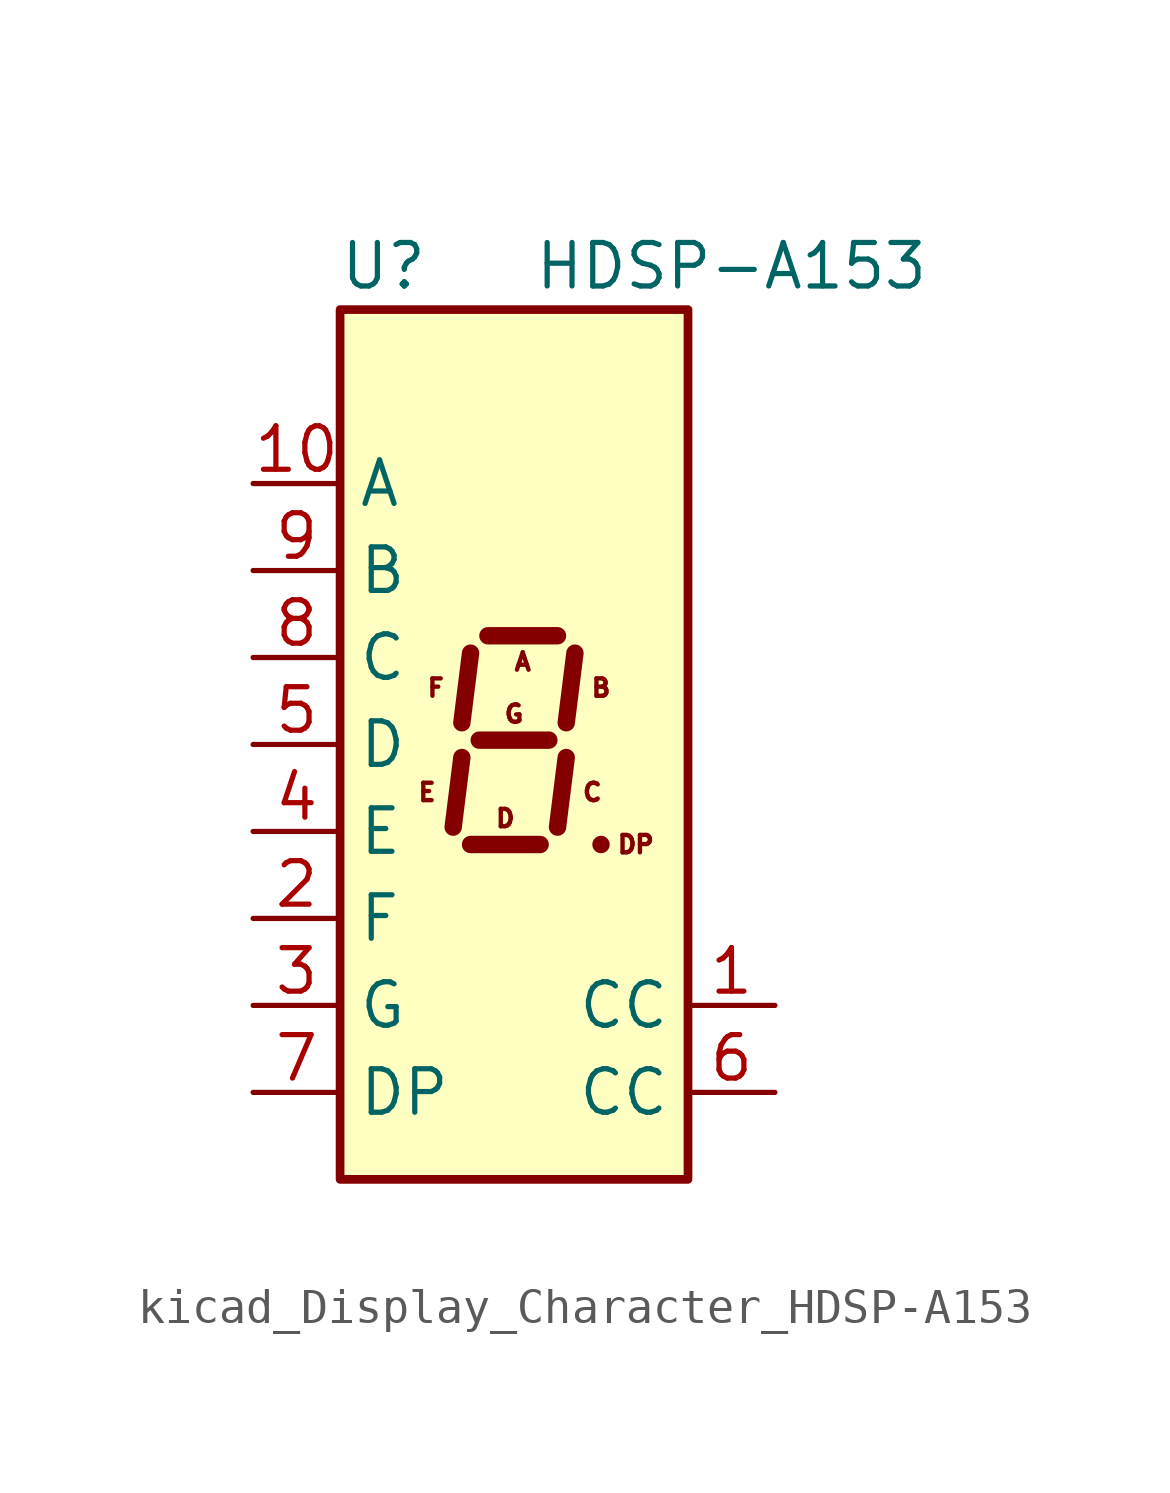
<source format=kicad_sym>
(kicad_symbol_lib
  (version 20220914)
  (generator kicad_symbol_editor)
  (symbol "kicad_Display_Character_HDSP-A153"
    (property "Reference" "U"
      (at -3.81 13.97 0)
      (effects (font (size 1.27 1.27))))
    (property "Value" "HDSP-A153"
      (at 6.35 13.97 0)
      (effects (font (size 1.27 1.27))))
    (symbol "kicad_Display_Character_HDSP-A153_1_0"
      (text "A" (at 0.254 2.413 0) (effects (font (size 0.508 0.508))))
      (text "B" (at 2.54 1.651 0) (effects (font (size 0.508 0.508))))
      (text "C" (at 2.286 -1.397 0) (effects (font (size 0.508 0.508))))
      (text "D" (at -0.254 -2.159 0) (effects (font (size 0.508 0.508))))
      (text "DP" (at 3.556 -2.921 0) (effects (font (size 0.508 0.508))))
      (text "E" (at -2.54 -1.397 0) (effects (font (size 0.508 0.508))))
      (text "F" (at -2.286 1.651 0) (effects (font (size 0.508 0.508))))
      (text "G" (at 0 0.889 0) (effects (font (size 0.508 0.508)))))
    (symbol "kicad_Display_Character_HDSP-A153_1_1"
      (rectangle (start -5.08 12.7) (end 5.08 -12.7) (stroke (width 0.254) (type default)) (fill (type background)))
      (polyline (pts (xy -1.524 -0.381) (xy -1.778 -2.413)) (stroke (width 0.508) (type default)) (fill (type none)))
      (polyline (pts (xy -1.27 -2.921) (xy 0.762 -2.921)) (stroke (width 0.508) (type default)) (fill (type none)))
      (polyline (pts (xy -1.27 2.667) (xy -1.524 0.635)) (stroke (width 0.508) (type default)) (fill (type none)))
      (polyline (pts (xy -1.016 0.127) (xy 1.016 0.127)) (stroke (width 0.508) (type default)) (fill (type none)))
      (polyline (pts (xy -0.762 3.175) (xy 1.27 3.175)) (stroke (width 0.508) (type default)) (fill (type none)))
      (polyline (pts (xy 1.524 -0.381) (xy 1.27 -2.413)) (stroke (width 0.508) (type default)) (fill (type none)))
      (polyline (pts (xy 1.778 2.667) (xy 1.524 0.635)) (stroke (width 0.508) (type default)) (fill (type none)))
      (polyline (pts (xy 2.54 -2.921) (xy 2.54 -2.921)) (stroke (width 0.508) (type default)) (fill (type none)))
      (pin input line (at 7.62 -7.62 180) (length 2.54) (name "CC" (effects (font (size 1.27 1.27)))) (number "1" (effects (font (size 1.27 1.27)))))
      (pin input line (at -7.62 7.62 0) (length 2.54) (name "A" (effects (font (size 1.27 1.27)))) (number "10" (effects (font (size 1.27 1.27)))))
      (pin input line (at -7.62 -5.08 0) (length 2.54) (name "F" (effects (font (size 1.27 1.27)))) (number "2" (effects (font (size 1.27 1.27)))))
      (pin input line (at -7.62 -7.62 0) (length 2.54) (name "G" (effects (font (size 1.27 1.27)))) (number "3" (effects (font (size 1.27 1.27)))))
      (pin input line (at -7.62 -2.54 0) (length 2.54) (name "E" (effects (font (size 1.27 1.27)))) (number "4" (effects (font (size 1.27 1.27)))))
      (pin input line (at -7.62 0 0) (length 2.54) (name "D" (effects (font (size 1.27 1.27)))) (number "5" (effects (font (size 1.27 1.27)))))
      (pin input line (at 7.62 -10.16 180) (length 2.54) (name "CC" (effects (font (size 1.27 1.27)))) (number "6" (effects (font (size 1.27 1.27)))))
      (pin input line (at -7.62 -10.16 0) (length 2.54) (name "DP" (effects (font (size 1.27 1.27)))) (number "7" (effects (font (size 1.27 1.27)))))
      (pin input line (at -7.62 2.54 0) (length 2.54) (name "C" (effects (font (size 1.27 1.27)))) (number "8" (effects (font (size 1.27 1.27)))))
      (pin input line (at -7.62 5.08 0) (length 2.54) (name "B" (effects (font (size 1.27 1.27)))) (number "9" (effects (font (size 1.27 1.27))))))))
</source>
